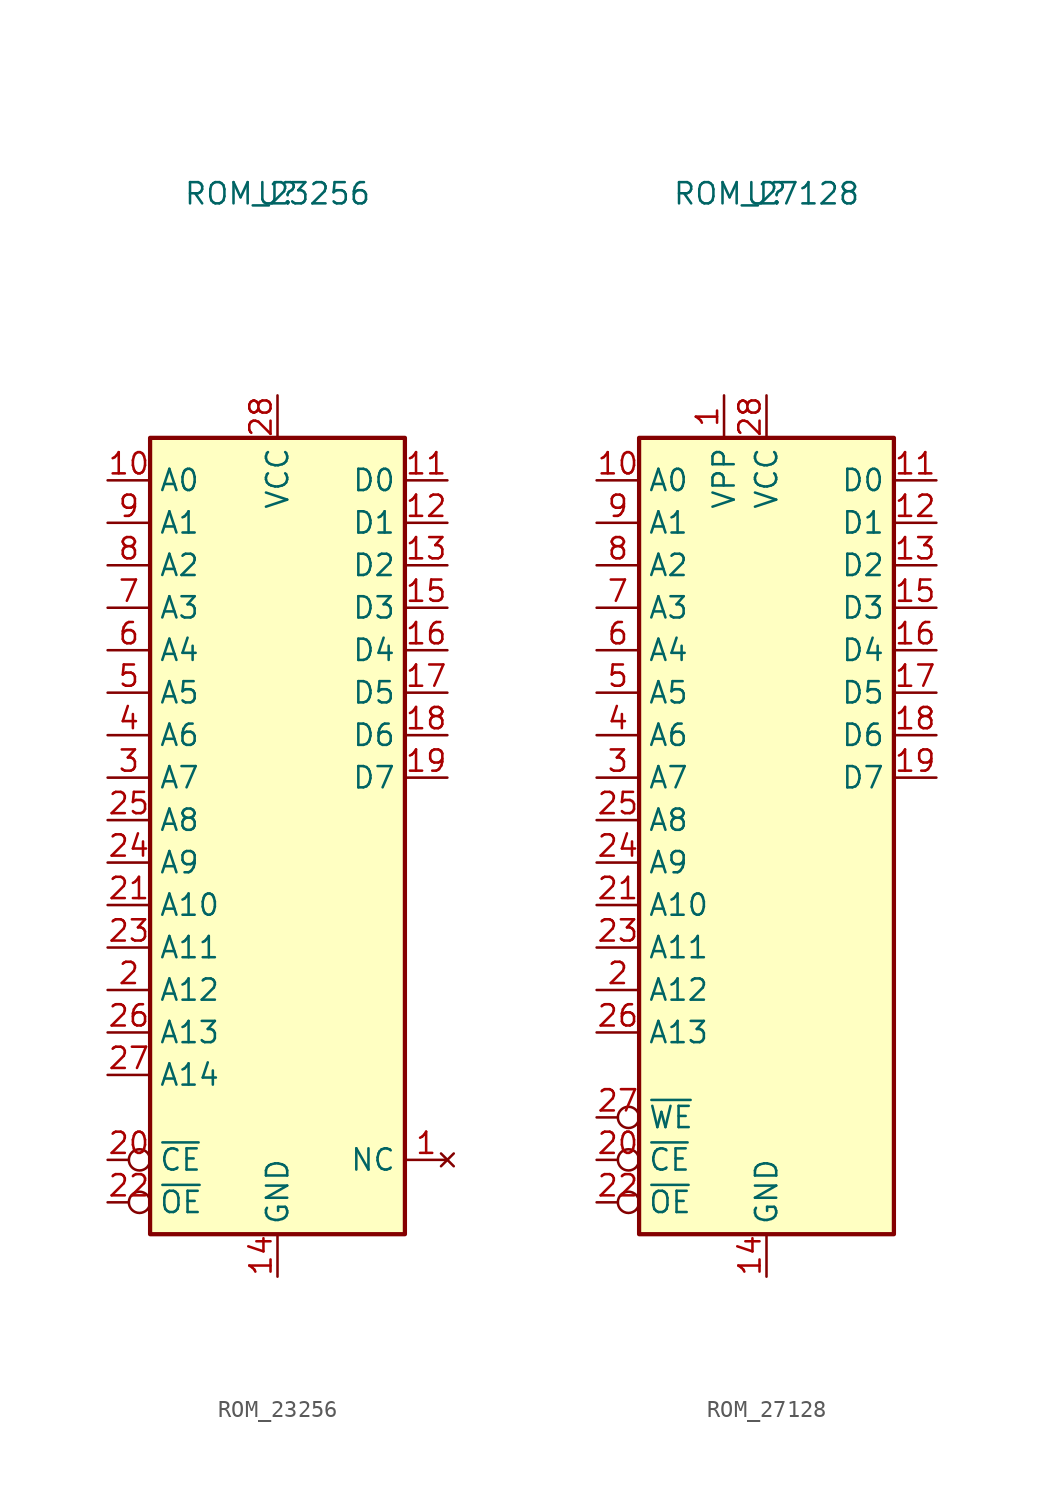
<source format=kicad_sym>
(kicad_symbol_lib
  (version 20241209)
  (generator "kicad_symbol_editor")
  (generator_version "9.0")
  (symbol "ROM_23256"
    (property "Reference" "U"
      (at 0 0 0)
      (effects (font (size 1.27 1.27))))
    (property "Value" "ROM_23256"
      (at 0 0 0)
      (effects (font (size 1.27 1.27))))
    (symbol "ROM_23256_1_1"
      (rectangle (start -7.62 -14.605) (end 7.62 -62.23) (stroke (width 0.254) (type default)) (fill (type background)))
      (pin input line (at -10.16 -17.145 0) (length 2.54) (name "A0" (effects (font (size 1.27 1.27)))) (number "10" (effects (font (size 1.27 1.27)))))
      (pin input line (at -10.16 -19.685 0) (length 2.54) (name "A1" (effects (font (size 1.27 1.27)))) (number "9" (effects (font (size 1.27 1.27)))))
      (pin input line (at -10.16 -22.225 0) (length 2.54) (name "A2" (effects (font (size 1.27 1.27)))) (number "8" (effects (font (size 1.27 1.27)))))
      (pin input line (at -10.16 -24.765 0) (length 2.54) (name "A3" (effects (font (size 1.27 1.27)))) (number "7" (effects (font (size 1.27 1.27)))))
      (pin input line (at -10.16 -27.305 0) (length 2.54) (name "A4" (effects (font (size 1.27 1.27)))) (number "6" (effects (font (size 1.27 1.27)))))
      (pin input line (at -10.16 -29.845 0) (length 2.54) (name "A5" (effects (font (size 1.27 1.27)))) (number "5" (effects (font (size 1.27 1.27)))))
      (pin input line (at -10.16 -32.385 0) (length 2.54) (name "A6" (effects (font (size 1.27 1.27)))) (number "4" (effects (font (size 1.27 1.27)))))
      (pin input line (at -10.16 -34.925 0) (length 2.54) (name "A7" (effects (font (size 1.27 1.27)))) (number "3" (effects (font (size 1.27 1.27)))))
      (pin input line (at -10.16 -37.465 0) (length 2.54) (name "A8" (effects (font (size 1.27 1.27)))) (number "25" (effects (font (size 1.27 1.27)))))
      (pin input line (at -10.16 -40.005 0) (length 2.54) (name "A9" (effects (font (size 1.27 1.27)))) (number "24" (effects (font (size 1.27 1.27)))))
      (pin input line (at -10.16 -42.545 0) (length 2.54) (name "A10" (effects (font (size 1.27 1.27)))) (number "21" (effects (font (size 1.27 1.27)))))
      (pin input line (at -10.16 -45.085 0) (length 2.54) (name "A11" (effects (font (size 1.27 1.27)))) (number "23" (effects (font (size 1.27 1.27)))))
      (pin input line (at -10.16 -47.625 0) (length 2.54) (name "A12" (effects (font (size 1.27 1.27)))) (number "2" (effects (font (size 1.27 1.27)))))
      (pin input line (at -10.16 -50.165 0) (length 2.54) (name "A13" (effects (font (size 1.27 1.27)))) (number "26" (effects (font (size 1.27 1.27)))))
      (pin input line (at -10.16 -52.705 0) (length 2.54) (name "A14" (effects (font (size 1.27 1.27)))) (number "27" (effects (font (size 1.27 1.27)))))
      (pin input inverted (at -10.16 -57.785 0) (length 2.54) (name "~{CE}" (effects (font (size 1.27 1.27)))) (number "20" (effects (font (size 1.27 1.27)))))
      (pin input inverted (at -10.16 -60.325 0) (length 2.54) (name "~{OE}" (effects (font (size 1.27 1.27)))) (number "22" (effects (font (size 1.27 1.27)))))
      (pin power_in line (at 0 -12.065 270) (length 2.54) (name "VCC" (effects (font (size 1.27 1.27)))) (number "28" (effects (font (size 1.27 1.27)))))
      (pin power_in line (at 0 -64.77 90) (length 2.54) (name "GND" (effects (font (size 1.27 1.27)))) (number "14" (effects (font (size 1.27 1.27)))))
      (pin tri_state line (at 10.16 -17.145 180) (length 2.54) (name "D0" (effects (font (size 1.27 1.27)))) (number "11" (effects (font (size 1.27 1.27)))))
      (pin tri_state line (at 10.16 -19.685 180) (length 2.54) (name "D1" (effects (font (size 1.27 1.27)))) (number "12" (effects (font (size 1.27 1.27)))))
      (pin tri_state line (at 10.16 -22.225 180) (length 2.54) (name "D2" (effects (font (size 1.27 1.27)))) (number "13" (effects (font (size 1.27 1.27)))))
      (pin tri_state line (at 10.16 -24.765 180) (length 2.54) (name "D3" (effects (font (size 1.27 1.27)))) (number "15" (effects (font (size 1.27 1.27)))))
      (pin tri_state line (at 10.16 -27.305 180) (length 2.54) (name "D4" (effects (font (size 1.27 1.27)))) (number "16" (effects (font (size 1.27 1.27)))))
      (pin tri_state line (at 10.16 -29.845 180) (length 2.54) (name "D5" (effects (font (size 1.27 1.27)))) (number "17" (effects (font (size 1.27 1.27)))))
      (pin tri_state line (at 10.16 -32.385 180) (length 2.54) (name "D6" (effects (font (size 1.27 1.27)))) (number "18" (effects (font (size 1.27 1.27)))))
      (pin tri_state line (at 10.16 -34.925 180) (length 2.54) (name "D7" (effects (font (size 1.27 1.27)))) (number "19" (effects (font (size 1.27 1.27)))))
      (pin no_connect line (at 10.16 -57.785 180) (length 2.54) (name "NC" (effects (font (size 1.27 1.27)))) (number "1" (effects (font (size 1.27 1.27)))))))
  (symbol "ROM_27128"
    (property "Reference" "U"
      (at 0 0 0)
      (effects (font (size 1.27 1.27))))
    (property "Value" "ROM_27128"
      (at 0 0 0)
      (effects (font (size 1.27 1.27))))
    (symbol "ROM_27128_1_1"
      (rectangle (start -7.62 -14.605) (end 7.62 -62.23) (stroke (width 0.254) (type default)) (fill (type background)))
      (pin input line (at -10.16 -17.145 0) (length 2.54) (name "A0" (effects (font (size 1.27 1.27)))) (number "10" (effects (font (size 1.27 1.27)))))
      (pin input line (at -10.16 -19.685 0) (length 2.54) (name "A1" (effects (font (size 1.27 1.27)))) (number "9" (effects (font (size 1.27 1.27)))))
      (pin input line (at -10.16 -22.225 0) (length 2.54) (name "A2" (effects (font (size 1.27 1.27)))) (number "8" (effects (font (size 1.27 1.27)))))
      (pin input line (at -10.16 -24.765 0) (length 2.54) (name "A3" (effects (font (size 1.27 1.27)))) (number "7" (effects (font (size 1.27 1.27)))))
      (pin input line (at -10.16 -27.305 0) (length 2.54) (name "A4" (effects (font (size 1.27 1.27)))) (number "6" (effects (font (size 1.27 1.27)))))
      (pin input line (at -10.16 -29.845 0) (length 2.54) (name "A5" (effects (font (size 1.27 1.27)))) (number "5" (effects (font (size 1.27 1.27)))))
      (pin input line (at -10.16 -32.385 0) (length 2.54) (name "A6" (effects (font (size 1.27 1.27)))) (number "4" (effects (font (size 1.27 1.27)))))
      (pin input line (at -10.16 -34.925 0) (length 2.54) (name "A7" (effects (font (size 1.27 1.27)))) (number "3" (effects (font (size 1.27 1.27)))))
      (pin input line (at -10.16 -37.465 0) (length 2.54) (name "A8" (effects (font (size 1.27 1.27)))) (number "25" (effects (font (size 1.27 1.27)))))
      (pin input line (at -10.16 -40.005 0) (length 2.54) (name "A9" (effects (font (size 1.27 1.27)))) (number "24" (effects (font (size 1.27 1.27)))))
      (pin input line (at -10.16 -42.545 0) (length 2.54) (name "A10" (effects (font (size 1.27 1.27)))) (number "21" (effects (font (size 1.27 1.27)))))
      (pin input line (at -10.16 -45.085 0) (length 2.54) (name "A11" (effects (font (size 1.27 1.27)))) (number "23" (effects (font (size 1.27 1.27)))))
      (pin input line (at -10.16 -47.625 0) (length 2.54) (name "A12" (effects (font (size 1.27 1.27)))) (number "2" (effects (font (size 1.27 1.27)))))
      (pin input line (at -10.16 -50.165 0) (length 2.54) (name "A13" (effects (font (size 1.27 1.27)))) (number "26" (effects (font (size 1.27 1.27)))))
      (pin input inverted (at -10.16 -55.245 0) (length 2.54) (name "~{WE}" (effects (font (size 1.27 1.27)))) (number "27" (effects (font (size 1.27 1.27)))))
      (pin input inverted (at -10.16 -57.785 0) (length 2.54) (name "~{CE}" (effects (font (size 1.27 1.27)))) (number "20" (effects (font (size 1.27 1.27)))))
      (pin input inverted (at -10.16 -60.325 0) (length 2.54) (name "~{OE}" (effects (font (size 1.27 1.27)))) (number "22" (effects (font (size 1.27 1.27)))))
      (pin power_in line (at -2.54 -12.065 270) (length 2.54) (name "VPP" (effects (font (size 1.27 1.27)))) (number "1" (effects (font (size 1.27 1.27)))))
      (pin power_in line (at 0 -12.065 270) (length 2.54) (name "VCC" (effects (font (size 1.27 1.27)))) (number "28" (effects (font (size 1.27 1.27)))))
      (pin power_in line (at 0 -64.77 90) (length 2.54) (name "GND" (effects (font (size 1.27 1.27)))) (number "14" (effects (font (size 1.27 1.27)))))
      (pin tri_state line (at 10.16 -17.145 180) (length 2.54) (name "D0" (effects (font (size 1.27 1.27)))) (number "11" (effects (font (size 1.27 1.27)))))
      (pin tri_state line (at 10.16 -19.685 180) (length 2.54) (name "D1" (effects (font (size 1.27 1.27)))) (number "12" (effects (font (size 1.27 1.27)))))
      (pin tri_state line (at 10.16 -22.225 180) (length 2.54) (name "D2" (effects (font (size 1.27 1.27)))) (number "13" (effects (font (size 1.27 1.27)))))
      (pin tri_state line (at 10.16 -24.765 180) (length 2.54) (name "D3" (effects (font (size 1.27 1.27)))) (number "15" (effects (font (size 1.27 1.27)))))
      (pin tri_state line (at 10.16 -27.305 180) (length 2.54) (name "D4" (effects (font (size 1.27 1.27)))) (number "16" (effects (font (size 1.27 1.27)))))
      (pin tri_state line (at 10.16 -29.845 180) (length 2.54) (name "D5" (effects (font (size 1.27 1.27)))) (number "17" (effects (font (size 1.27 1.27)))))
      (pin tri_state line (at 10.16 -32.385 180) (length 2.54) (name "D6" (effects (font (size 1.27 1.27)))) (number "18" (effects (font (size 1.27 1.27)))))
      (pin tri_state line (at 10.16 -34.925 180) (length 2.54) (name "D7" (effects (font (size 1.27 1.27)))) (number "19" (effects (font (size 1.27 1.27))))))))
</source>
